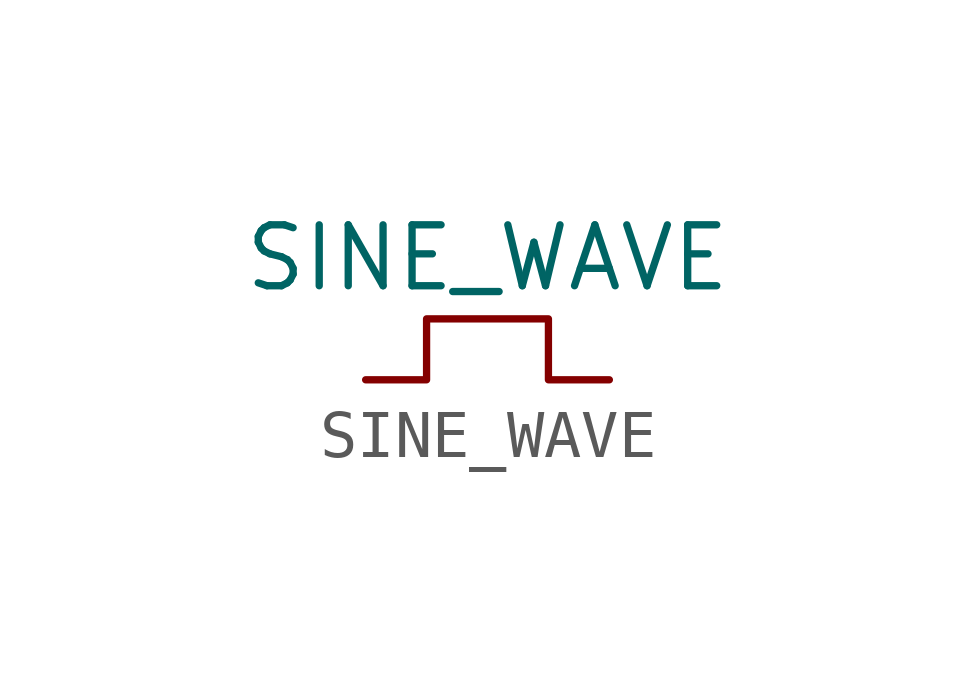
<source format=kicad_sym>
(kicad_symbol_lib
  (version 20211014)
  (generator kicad_symbol_editor)
  (symbol "SINE_WAVE"
    (property "Reference" "N"
      (at -26.67 19.05 0)
      (effects (font (size 1.27 1.27)) hide))
    (property "Value" "SINE_WAVE"
      (at 0 2.54 0)
      (effects (font (size 1.27 1.27))))
    (symbol "SINE_WAVE_0_0"
      (polyline (pts (xy -2.54 0) (xy -1.27 0) (xy -1.27 1.27) (xy 1.27 1.27) (xy 1.27 0) (xy 2.54 0)) (stroke (width 0) (type default) (color 0 0 0 0)) (fill (type none))))))
</source>
